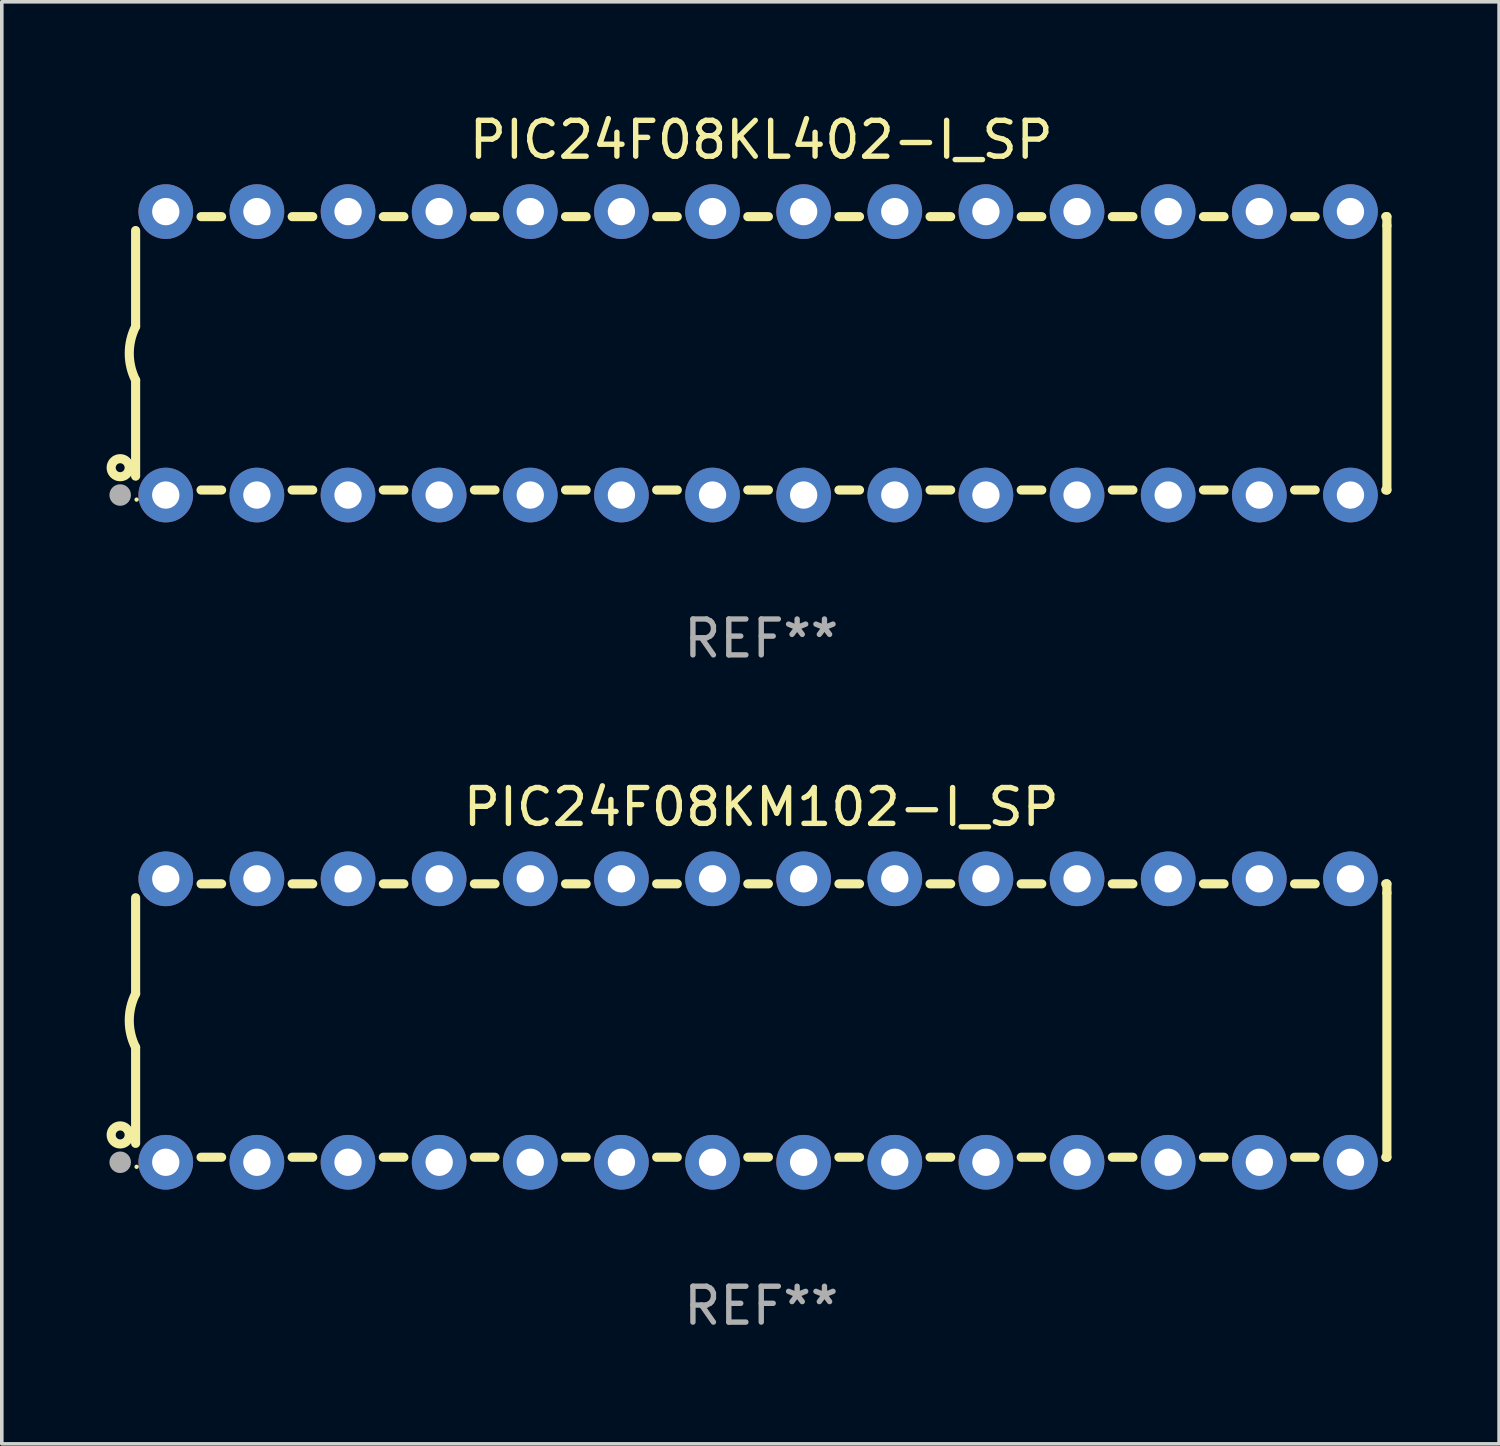
<source format=kicad_pcb>
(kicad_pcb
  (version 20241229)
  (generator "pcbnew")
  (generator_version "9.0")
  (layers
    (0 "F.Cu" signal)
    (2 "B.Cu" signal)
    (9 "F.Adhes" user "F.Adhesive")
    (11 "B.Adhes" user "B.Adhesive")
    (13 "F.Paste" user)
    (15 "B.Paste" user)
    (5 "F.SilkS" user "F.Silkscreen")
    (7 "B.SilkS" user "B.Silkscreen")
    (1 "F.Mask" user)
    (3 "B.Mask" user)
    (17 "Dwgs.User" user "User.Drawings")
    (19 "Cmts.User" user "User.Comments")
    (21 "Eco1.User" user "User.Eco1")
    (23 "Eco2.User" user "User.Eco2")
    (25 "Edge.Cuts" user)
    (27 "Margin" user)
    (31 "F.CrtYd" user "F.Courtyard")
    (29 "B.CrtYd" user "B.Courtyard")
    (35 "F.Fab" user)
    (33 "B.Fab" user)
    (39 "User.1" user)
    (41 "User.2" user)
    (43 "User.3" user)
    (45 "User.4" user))
  (footprint "PIC24F08KM102-I_SP"
    (layer "F.Cu")
    (at 18.168 25.395)
    (property "Reference" "PIC24F08KM102-I_SP" (at 0 -5.95 0) (layer "F.SilkS") (effects (font (size 1 1) (thickness 0.15))))
    (attr through_hole)
    (fp_line (start -17.438 0.75) (end -17.438 3.423) (stroke (width 0.254) (type solid)) (layer "F.SilkS"))
    (fp_line (start -17.438 -3.423) (end -17.438 -0.75) (stroke (width 0.254) (type solid)) (layer "F.SilkS"))
    (fp_line (start -15.615 3.81) (end -15.041 3.81) (stroke (width 0.254) (type solid)) (layer "F.SilkS"))
    (fp_line (start -15.041 -3.81) (end -15.614 -3.81) (stroke (width 0.254) (type solid)) (layer "F.SilkS"))
    (fp_line (start -13.075 3.81) (end -12.501 3.81) (stroke (width 0.254) (type solid)) (layer "F.SilkS"))
    (fp_line (start -12.501 -3.81) (end -13.074 -3.81) (stroke (width 0.254) (type solid)) (layer "F.SilkS"))
    (fp_line (start -10.535 3.81) (end -9.961 3.81) (stroke (width 0.254) (type solid)) (layer "F.SilkS"))
    (fp_line (start -9.961 -3.81) (end -10.534 -3.81) (stroke (width 0.254) (type solid)) (layer "F.SilkS"))
    (fp_line (start -7.995 3.81) (end -7.421 3.81) (stroke (width 0.254) (type solid)) (layer "F.SilkS"))
    (fp_line (start -7.421 -3.81) (end -7.995 -3.81) (stroke (width 0.254) (type solid)) (layer "F.SilkS"))
    (fp_line (start -5.455 3.81) (end -4.881 3.81) (stroke (width 0.254) (type solid)) (layer "F.SilkS"))
    (fp_line (start -4.881 -3.81) (end -5.455 -3.81) (stroke (width 0.254) (type solid)) (layer "F.SilkS"))
    (fp_line (start -2.915 3.81) (end -2.341 3.81) (stroke (width 0.254) (type solid)) (layer "F.SilkS"))
    (fp_line (start -2.341 -3.81) (end -2.915 -3.81) (stroke (width 0.254) (type solid)) (layer "F.SilkS"))
    (fp_line (start -0.375 3.81) (end 0.199 3.81) (stroke (width 0.254) (type solid)) (layer "F.SilkS"))
    (fp_line (start 0.199 -3.81) (end -0.375 -3.81) (stroke (width 0.254) (type solid)) (layer "F.SilkS"))
    (fp_line (start 2.165 3.81) (end 2.739 3.81) (stroke (width 0.254) (type solid)) (layer "F.SilkS"))
    (fp_line (start 2.739 -3.81) (end 2.165 -3.81) (stroke (width 0.254) (type solid)) (layer "F.SilkS"))
    (fp_line (start 4.705 3.81) (end 5.279 3.81) (stroke (width 0.254) (type solid)) (layer "F.SilkS"))
    (fp_line (start 5.279 -3.81) (end 4.705 -3.81) (stroke (width 0.254) (type solid)) (layer "F.SilkS"))
    (fp_line (start 7.245 3.81) (end 7.819 3.81) (stroke (width 0.254) (type solid)) (layer "F.SilkS"))
    (fp_line (start 7.819 -3.81) (end 7.245 -3.81) (stroke (width 0.254) (type solid)) (layer "F.SilkS"))
    (fp_line (start 9.785 3.81) (end 10.359 3.81) (stroke (width 0.254) (type solid)) (layer "F.SilkS"))
    (fp_line (start 10.359 -3.81) (end 9.785 -3.81) (stroke (width 0.254) (type solid)) (layer "F.SilkS"))
    (fp_line (start 12.325 3.81) (end 12.899 3.81) (stroke (width 0.254) (type solid)) (layer "F.SilkS"))
    (fp_line (start 12.899 -3.81) (end 12.325 -3.81) (stroke (width 0.254) (type solid)) (layer "F.SilkS"))
    (fp_line (start 14.865 3.81) (end 15.439 3.81) (stroke (width 0.254) (type solid)) (layer "F.SilkS"))
    (fp_line (start 15.439 -3.81) (end 14.865 -3.81) (stroke (width 0.254) (type solid)) (layer "F.SilkS"))
    (fp_line (start 17.405 3.81) (end 17.438 3.81) (stroke (width 0.254) (type solid)) (layer "F.SilkS"))
    (fp_line (start 17.438 -3.81) (end 17.405 -3.81) (stroke (width 0.254) (type solid)) (layer "F.SilkS"))
    (fp_line (start 17.438 -3.556) (end 17.438 -3.81) (stroke (width 0.254) (type solid)) (layer "F.SilkS"))
    (fp_line (start 17.438 3.81) (end 17.438 -3.556) (stroke (width 0.254) (type solid)) (layer "F.SilkS"))
    (fp_arc (start -17.437986 0.749657) (mid -17.614887 -0.000024) (end -17.437783 -0.749657) (stroke (width 0.254001) (type solid)) (layer "F.SilkS"))
    (fp_circle (center -17.868 3.188) (end -17.743 3.188) (stroke (width 0.254) (type solid)) (fill no) (layer "F.SilkS"))
    (fp_circle (center -17.411 4.077) (end -17.381 4.077) (stroke (width 0.06) (type solid)) (fill no) (layer "F.SilkS"))
    (fp_circle (center -17.868 3.95) (end -17.718 3.95) (stroke (width 0.3) (type solid)) (fill no) (layer "F.Fab"))
    (fp_text user "REF**" (at 0 7.95 0) (layer "F.Fab") (effects (font (size 1 1) (thickness 0.15))))
    (pad "1" thru_hole circle (at -16.598 3.95) (size 1.524 1.524) (drill 0.762) (layers "*.Cu" "*.Mask"))
    (pad "2" thru_hole circle (at -14.058 3.95) (size 1.524 1.524) (drill 0.762) (layers "*.Cu" "*.Mask"))
    (pad "3" thru_hole circle (at -11.518 3.95) (size 1.524 1.524) (drill 0.762) (layers "*.Cu" "*.Mask"))
    (pad "4" thru_hole circle (at -8.978 3.95) (size 1.524 1.524) (drill 0.762) (layers "*.Cu" "*.Mask"))
    (pad "5" thru_hole circle (at -6.438 3.95) (size 1.524 1.524) (drill 0.762) (layers "*.Cu" "*.Mask"))
    (pad "6" thru_hole circle (at -3.898 3.95) (size 1.524 1.524) (drill 0.762) (layers "*.Cu" "*.Mask"))
    (pad "7" thru_hole circle (at -1.358 3.95) (size 1.524 1.524) (drill 0.762) (layers "*.Cu" "*.Mask"))
    (pad "8" thru_hole circle (at 1.182 3.95) (size 1.524 1.524) (drill 0.762) (layers "*.Cu" "*.Mask"))
    (pad "9" thru_hole circle (at 3.722 3.95) (size 1.524 1.524) (drill 0.762) (layers "*.Cu" "*.Mask"))
    (pad "10" thru_hole circle (at 6.262 3.95) (size 1.524 1.524) (drill 0.762) (layers "*.Cu" "*.Mask"))
    (pad "11" thru_hole circle (at 8.802 3.95) (size 1.524 1.524) (drill 0.762) (layers "*.Cu" "*.Mask"))
    (pad "12" thru_hole circle (at 11.342 3.95) (size 1.524 1.524) (drill 0.762) (layers "*.Cu" "*.Mask"))
    (pad "13" thru_hole circle (at 13.882 3.95) (size 1.524 1.524) (drill 0.762) (layers "*.Cu" "*.Mask"))
    (pad "14" thru_hole circle (at 16.422 3.95) (size 1.524 1.524) (drill 0.762) (layers "*.Cu" "*.Mask"))
    (pad "15" thru_hole circle (at 16.422 -3.95) (size 1.524 1.524) (drill 0.762) (layers "*.Cu" "*.Mask"))
    (pad "16" thru_hole circle (at 13.882 -3.95) (size 1.524 1.524) (drill 0.762) (layers "*.Cu" "*.Mask"))
    (pad "17" thru_hole circle (at 11.342 -3.95) (size 1.524 1.524) (drill 0.762) (layers "*.Cu" "*.Mask"))
    (pad "18" thru_hole circle (at 8.802 -3.95) (size 1.524 1.524) (drill 0.762) (layers "*.Cu" "*.Mask"))
    (pad "19" thru_hole circle (at 6.262 -3.95) (size 1.524 1.524) (drill 0.762) (layers "*.Cu" "*.Mask"))
    (pad "20" thru_hole circle (at 3.722 -3.95) (size 1.524 1.524) (drill 0.762) (layers "*.Cu" "*.Mask"))
    (pad "21" thru_hole circle (at 1.182 -3.95) (size 1.524 1.524) (drill 0.762) (layers "*.Cu" "*.Mask"))
    (pad "22" thru_hole circle (at -1.358 -3.95) (size 1.524 1.524) (drill 0.762) (layers "*.Cu" "*.Mask"))
    (pad "23" thru_hole circle (at -3.898 -3.95) (size 1.524 1.524) (drill 0.762) (layers "*.Cu" "*.Mask"))
    (pad "24" thru_hole circle (at -6.438 -3.95) (size 1.524 1.524) (drill 0.762) (layers "*.Cu" "*.Mask"))
    (pad "25" thru_hole circle (at -8.978 -3.95) (size 1.524 1.524) (drill 0.762) (layers "*.Cu" "*.Mask"))
    (pad "26" thru_hole circle (at -11.517 -3.95) (size 1.524 1.524) (drill 0.762) (layers "*.Cu" "*.Mask"))
    (pad "27" thru_hole circle (at -14.057 -3.95) (size 1.524 1.524) (drill 0.762) (layers "*.Cu" "*.Mask"))
    (pad "28" thru_hole circle (at -16.597 -3.95) (size 1.524 1.524) (drill 0.762) (layers "*.Cu" "*.Mask")))
  (footprint "PIC24F08KL402-I_SP"
    (layer "F.Cu")
    (at 18.168 6.798)
    (property "Reference" "PIC24F08KL402-I_SP" (at 0 -5.95 0) (layer "F.SilkS") (effects (font (size 1 1) (thickness 0.15))))
    (attr through_hole)
    (fp_line (start -17.438 0.75) (end -17.438 3.423) (stroke (width 0.254) (type solid)) (layer "F.SilkS"))
    (fp_line (start -17.438 -3.423) (end -17.438 -0.75) (stroke (width 0.254) (type solid)) (layer "F.SilkS"))
    (fp_line (start -15.615 3.81) (end -15.041 3.81) (stroke (width 0.254) (type solid)) (layer "F.SilkS"))
    (fp_line (start -15.041 -3.81) (end -15.614 -3.81) (stroke (width 0.254) (type solid)) (layer "F.SilkS"))
    (fp_line (start -13.075 3.81) (end -12.501 3.81) (stroke (width 0.254) (type solid)) (layer "F.SilkS"))
    (fp_line (start -12.501 -3.81) (end -13.074 -3.81) (stroke (width 0.254) (type solid)) (layer "F.SilkS"))
    (fp_line (start -10.535 3.81) (end -9.961 3.81) (stroke (width 0.254) (type solid)) (layer "F.SilkS"))
    (fp_line (start -9.961 -3.81) (end -10.534 -3.81) (stroke (width 0.254) (type solid)) (layer "F.SilkS"))
    (fp_line (start -7.995 3.81) (end -7.421 3.81) (stroke (width 0.254) (type solid)) (layer "F.SilkS"))
    (fp_line (start -7.421 -3.81) (end -7.995 -3.81) (stroke (width 0.254) (type solid)) (layer "F.SilkS"))
    (fp_line (start -5.455 3.81) (end -4.881 3.81) (stroke (width 0.254) (type solid)) (layer "F.SilkS"))
    (fp_line (start -4.881 -3.81) (end -5.455 -3.81) (stroke (width 0.254) (type solid)) (layer "F.SilkS"))
    (fp_line (start -2.915 3.81) (end -2.341 3.81) (stroke (width 0.254) (type solid)) (layer "F.SilkS"))
    (fp_line (start -2.341 -3.81) (end -2.915 -3.81) (stroke (width 0.254) (type solid)) (layer "F.SilkS"))
    (fp_line (start -0.375 3.81) (end 0.199 3.81) (stroke (width 0.254) (type solid)) (layer "F.SilkS"))
    (fp_line (start 0.199 -3.81) (end -0.375 -3.81) (stroke (width 0.254) (type solid)) (layer "F.SilkS"))
    (fp_line (start 2.165 3.81) (end 2.739 3.81) (stroke (width 0.254) (type solid)) (layer "F.SilkS"))
    (fp_line (start 2.739 -3.81) (end 2.165 -3.81) (stroke (width 0.254) (type solid)) (layer "F.SilkS"))
    (fp_line (start 4.705 3.81) (end 5.279 3.81) (stroke (width 0.254) (type solid)) (layer "F.SilkS"))
    (fp_line (start 5.279 -3.81) (end 4.705 -3.81) (stroke (width 0.254) (type solid)) (layer "F.SilkS"))
    (fp_line (start 7.245 3.81) (end 7.819 3.81) (stroke (width 0.254) (type solid)) (layer "F.SilkS"))
    (fp_line (start 7.819 -3.81) (end 7.245 -3.81) (stroke (width 0.254) (type solid)) (layer "F.SilkS"))
    (fp_line (start 9.785 3.81) (end 10.359 3.81) (stroke (width 0.254) (type solid)) (layer "F.SilkS"))
    (fp_line (start 10.359 -3.81) (end 9.785 -3.81) (stroke (width 0.254) (type solid)) (layer "F.SilkS"))
    (fp_line (start 12.325 3.81) (end 12.899 3.81) (stroke (width 0.254) (type solid)) (layer "F.SilkS"))
    (fp_line (start 12.899 -3.81) (end 12.325 -3.81) (stroke (width 0.254) (type solid)) (layer "F.SilkS"))
    (fp_line (start 14.865 3.81) (end 15.439 3.81) (stroke (width 0.254) (type solid)) (layer "F.SilkS"))
    (fp_line (start 15.439 -3.81) (end 14.865 -3.81) (stroke (width 0.254) (type solid)) (layer "F.SilkS"))
    (fp_line (start 17.405 3.81) (end 17.438 3.81) (stroke (width 0.254) (type solid)) (layer "F.SilkS"))
    (fp_line (start 17.438 -3.81) (end 17.405 -3.81) (stroke (width 0.254) (type solid)) (layer "F.SilkS"))
    (fp_line (start 17.438 -3.556) (end 17.438 -3.81) (stroke (width 0.254) (type solid)) (layer "F.SilkS"))
    (fp_line (start 17.438 3.81) (end 17.438 -3.556) (stroke (width 0.254) (type solid)) (layer "F.SilkS"))
    (fp_arc (start -17.437986 0.749657) (mid -17.614887 -0.000024) (end -17.437783 -0.749657) (stroke (width 0.254001) (type solid)) (layer "F.SilkS"))
    (fp_circle (center -17.868 3.188) (end -17.743 3.188) (stroke (width 0.254) (type solid)) (fill no) (layer "F.SilkS"))
    (fp_circle (center -17.411 4.077) (end -17.381 4.077) (stroke (width 0.06) (type solid)) (fill no) (layer "F.SilkS"))
    (fp_circle (center -17.868 3.95) (end -17.718 3.95) (stroke (width 0.3) (type solid)) (fill no) (layer "F.Fab"))
    (fp_text user "REF**" (at 0 7.95 0) (layer "F.Fab") (effects (font (size 1 1) (thickness 0.15))))
    (pad "1" thru_hole circle (at -16.598 3.95) (size 1.524 1.524) (drill 0.762) (layers "*.Cu" "*.Mask"))
    (pad "2" thru_hole circle (at -14.058 3.95) (size 1.524 1.524) (drill 0.762) (layers "*.Cu" "*.Mask"))
    (pad "3" thru_hole circle (at -11.518 3.95) (size 1.524 1.524) (drill 0.762) (layers "*.Cu" "*.Mask"))
    (pad "4" thru_hole circle (at -8.978 3.95) (size 1.524 1.524) (drill 0.762) (layers "*.Cu" "*.Mask"))
    (pad "5" thru_hole circle (at -6.438 3.95) (size 1.524 1.524) (drill 0.762) (layers "*.Cu" "*.Mask"))
    (pad "6" thru_hole circle (at -3.898 3.95) (size 1.524 1.524) (drill 0.762) (layers "*.Cu" "*.Mask"))
    (pad "7" thru_hole circle (at -1.358 3.95) (size 1.524 1.524) (drill 0.762) (layers "*.Cu" "*.Mask"))
    (pad "8" thru_hole circle (at 1.182 3.95) (size 1.524 1.524) (drill 0.762) (layers "*.Cu" "*.Mask"))
    (pad "9" thru_hole circle (at 3.722 3.95) (size 1.524 1.524) (drill 0.762) (layers "*.Cu" "*.Mask"))
    (pad "10" thru_hole circle (at 6.262 3.95) (size 1.524 1.524) (drill 0.762) (layers "*.Cu" "*.Mask"))
    (pad "11" thru_hole circle (at 8.802 3.95) (size 1.524 1.524) (drill 0.762) (layers "*.Cu" "*.Mask"))
    (pad "12" thru_hole circle (at 11.342 3.95) (size 1.524 1.524) (drill 0.762) (layers "*.Cu" "*.Mask"))
    (pad "13" thru_hole circle (at 13.882 3.95) (size 1.524 1.524) (drill 0.762) (layers "*.Cu" "*.Mask"))
    (pad "14" thru_hole circle (at 16.422 3.95) (size 1.524 1.524) (drill 0.762) (layers "*.Cu" "*.Mask"))
    (pad "15" thru_hole circle (at 16.422 -3.95) (size 1.524 1.524) (drill 0.762) (layers "*.Cu" "*.Mask"))
    (pad "16" thru_hole circle (at 13.882 -3.95) (size 1.524 1.524) (drill 0.762) (layers "*.Cu" "*.Mask"))
    (pad "17" thru_hole circle (at 11.342 -3.95) (size 1.524 1.524) (drill 0.762) (layers "*.Cu" "*.Mask"))
    (pad "18" thru_hole circle (at 8.802 -3.95) (size 1.524 1.524) (drill 0.762) (layers "*.Cu" "*.Mask"))
    (pad "19" thru_hole circle (at 6.262 -3.95) (size 1.524 1.524) (drill 0.762) (layers "*.Cu" "*.Mask"))
    (pad "20" thru_hole circle (at 3.722 -3.95) (size 1.524 1.524) (drill 0.762) (layers "*.Cu" "*.Mask"))
    (pad "21" thru_hole circle (at 1.182 -3.95) (size 1.524 1.524) (drill 0.762) (layers "*.Cu" "*.Mask"))
    (pad "22" thru_hole circle (at -1.358 -3.95) (size 1.524 1.524) (drill 0.762) (layers "*.Cu" "*.Mask"))
    (pad "23" thru_hole circle (at -3.898 -3.95) (size 1.524 1.524) (drill 0.762) (layers "*.Cu" "*.Mask"))
    (pad "24" thru_hole circle (at -6.438 -3.95) (size 1.524 1.524) (drill 0.762) (layers "*.Cu" "*.Mask"))
    (pad "25" thru_hole circle (at -8.978 -3.95) (size 1.524 1.524) (drill 0.762) (layers "*.Cu" "*.Mask"))
    (pad "26" thru_hole circle (at -11.517 -3.95) (size 1.524 1.524) (drill 0.762) (layers "*.Cu" "*.Mask"))
    (pad "27" thru_hole circle (at -14.057 -3.95) (size 1.524 1.524) (drill 0.762) (layers "*.Cu" "*.Mask"))
    (pad "28" thru_hole circle (at -16.597 -3.95) (size 1.524 1.524) (drill 0.762) (layers "*.Cu" "*.Mask")))
  (gr_rect
    (start -3 -3)
    (end 38.733 37.193)
    (stroke (width 0.1) (type default))
    (fill no)
    (layer "Edge.Cuts")))
</source>
